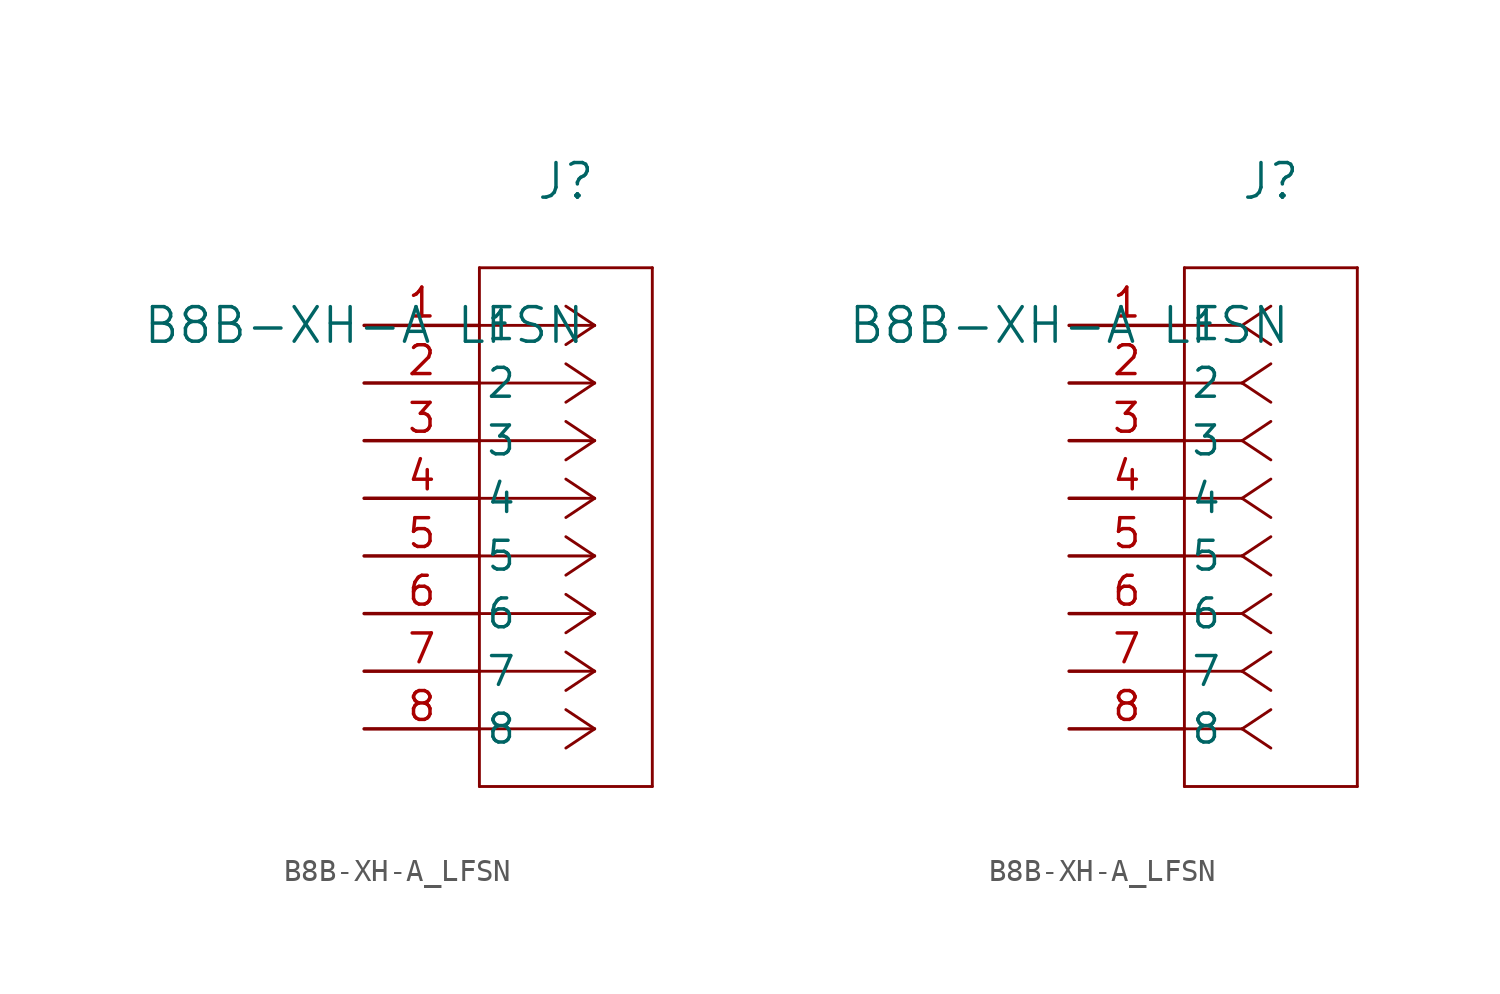
<source format=kicad_sym>
(kicad_symbol_lib
  (version 20211014)
  (generator kicad_symbol_editor)
  (symbol "B8B-XH-A_LFSN"
    (pin_names
      (offset 0.254))
    (property "Reference" "J"
      (at 8.89 6.35 0)
      (effects (font (size 1.524 1.524))))
    (property "Value" "B8B-XH-A LFSN"
      (at 0 0 0)
      (effects (font (size 1.524 1.524))))
    (symbol "B8B-XH-A_LFSN_1_1"
      (polyline (pts (xy 10.16 0) (xy 5.08 0)) (stroke (width 0.127) (type default) (color 0 0 0 0)) (fill (type none)))
      (polyline (pts (xy 10.16 -2.54) (xy 5.08 -2.54)) (stroke (width 0.127) (type default) (color 0 0 0 0)) (fill (type none)))
      (polyline (pts (xy 10.16 -5.08) (xy 5.08 -5.08)) (stroke (width 0.127) (type default) (color 0 0 0 0)) (fill (type none)))
      (polyline (pts (xy 10.16 -7.62) (xy 5.08 -7.62)) (stroke (width 0.127) (type default) (color 0 0 0 0)) (fill (type none)))
      (polyline (pts (xy 10.16 -10.16) (xy 5.08 -10.16)) (stroke (width 0.127) (type default) (color 0 0 0 0)) (fill (type none)))
      (polyline (pts (xy 10.16 -12.7) (xy 5.08 -12.7)) (stroke (width 0.127) (type default) (color 0 0 0 0)) (fill (type none)))
      (polyline (pts (xy 10.16 -15.24) (xy 5.08 -15.24)) (stroke (width 0.127) (type default) (color 0 0 0 0)) (fill (type none)))
      (polyline (pts (xy 10.16 -17.78) (xy 5.08 -17.78)) (stroke (width 0.127) (type default) (color 0 0 0 0)) (fill (type none)))
      (polyline (pts (xy 10.16 0) (xy 8.89 0.847)) (stroke (width 0.127) (type default) (color 0 0 0 0)) (fill (type none)))
      (polyline (pts (xy 10.16 -2.54) (xy 8.89 -1.693)) (stroke (width 0.127) (type default) (color 0 0 0 0)) (fill (type none)))
      (polyline (pts (xy 10.16 -5.08) (xy 8.89 -4.233)) (stroke (width 0.127) (type default) (color 0 0 0 0)) (fill (type none)))
      (polyline (pts (xy 10.16 -7.62) (xy 8.89 -6.773)) (stroke (width 0.127) (type default) (color 0 0 0 0)) (fill (type none)))
      (polyline (pts (xy 10.16 -10.16) (xy 8.89 -9.313)) (stroke (width 0.127) (type default) (color 0 0 0 0)) (fill (type none)))
      (polyline (pts (xy 10.16 -12.7) (xy 8.89 -11.853)) (stroke (width 0.127) (type default) (color 0 0 0 0)) (fill (type none)))
      (polyline (pts (xy 10.16 -15.24) (xy 8.89 -14.393)) (stroke (width 0.127) (type default) (color 0 0 0 0)) (fill (type none)))
      (polyline (pts (xy 10.16 -17.78) (xy 8.89 -16.933)) (stroke (width 0.127) (type default) (color 0 0 0 0)) (fill (type none)))
      (polyline (pts (xy 10.16 0) (xy 8.89 -0.847)) (stroke (width 0.127) (type default) (color 0 0 0 0)) (fill (type none)))
      (polyline (pts (xy 10.16 -2.54) (xy 8.89 -3.387)) (stroke (width 0.127) (type default) (color 0 0 0 0)) (fill (type none)))
      (polyline (pts (xy 10.16 -5.08) (xy 8.89 -5.927)) (stroke (width 0.127) (type default) (color 0 0 0 0)) (fill (type none)))
      (polyline (pts (xy 10.16 -7.62) (xy 8.89 -8.467)) (stroke (width 0.127) (type default) (color 0 0 0 0)) (fill (type none)))
      (polyline (pts (xy 10.16 -10.16) (xy 8.89 -11.007)) (stroke (width 0.127) (type default) (color 0 0 0 0)) (fill (type none)))
      (polyline (pts (xy 10.16 -12.7) (xy 8.89 -13.547)) (stroke (width 0.127) (type default) (color 0 0 0 0)) (fill (type none)))
      (polyline (pts (xy 10.16 -15.24) (xy 8.89 -16.087)) (stroke (width 0.127) (type default) (color 0 0 0 0)) (fill (type none)))
      (polyline (pts (xy 10.16 -17.78) (xy 8.89 -18.627)) (stroke (width 0.127) (type default) (color 0 0 0 0)) (fill (type none)))
      (polyline (pts (xy 5.08 2.54) (xy 5.08 -20.32)) (stroke (width 0.127) (type default) (color 0 0 0 0)) (fill (type none)))
      (polyline (pts (xy 5.08 -20.32) (xy 12.7 -20.32)) (stroke (width 0.127) (type default) (color 0 0 0 0)) (fill (type none)))
      (polyline (pts (xy 12.7 -20.32) (xy 12.7 2.54)) (stroke (width 0.127) (type default) (color 0 0 0 0)) (fill (type none)))
      (polyline (pts (xy 12.7 2.54) (xy 5.08 2.54)) (stroke (width 0.127) (type default) (color 0 0 0 0)) (fill (type none)))
      (pin unspecified line (at 0 0 0) (length 5.08) (name "1" (effects (font (size 1.27 1.27)))) (number "1" (effects (font (size 1.27 1.27)))))
      (pin unspecified line (at 0 -2.54 0) (length 5.08) (name "2" (effects (font (size 1.27 1.27)))) (number "2" (effects (font (size 1.27 1.27)))))
      (pin unspecified line (at 0 -5.08 0) (length 5.08) (name "3" (effects (font (size 1.27 1.27)))) (number "3" (effects (font (size 1.27 1.27)))))
      (pin unspecified line (at 0 -7.62 0) (length 5.08) (name "4" (effects (font (size 1.27 1.27)))) (number "4" (effects (font (size 1.27 1.27)))))
      (pin unspecified line (at 0 -10.16 0) (length 5.08) (name "5" (effects (font (size 1.27 1.27)))) (number "5" (effects (font (size 1.27 1.27)))))
      (pin unspecified line (at 0 -12.7 0) (length 5.08) (name "6" (effects (font (size 1.27 1.27)))) (number "6" (effects (font (size 1.27 1.27)))))
      (pin unspecified line (at 0 -15.24 0) (length 5.08) (name "7" (effects (font (size 1.27 1.27)))) (number "7" (effects (font (size 1.27 1.27)))))
      (pin unspecified line (at 0 -17.78 0) (length 5.08) (name "8" (effects (font (size 1.27 1.27)))) (number "8" (effects (font (size 1.27 1.27))))))
    (symbol "B8B-XH-A_LFSN_1_2"
      (polyline (pts (xy 7.62 0) (xy 5.08 0)) (stroke (width 0.127) (type default) (color 0 0 0 0)) (fill (type none)))
      (polyline (pts (xy 7.62 -2.54) (xy 5.08 -2.54)) (stroke (width 0.127) (type default) (color 0 0 0 0)) (fill (type none)))
      (polyline (pts (xy 7.62 -5.08) (xy 5.08 -5.08)) (stroke (width 0.127) (type default) (color 0 0 0 0)) (fill (type none)))
      (polyline (pts (xy 7.62 -7.62) (xy 5.08 -7.62)) (stroke (width 0.127) (type default) (color 0 0 0 0)) (fill (type none)))
      (polyline (pts (xy 7.62 -10.16) (xy 5.08 -10.16)) (stroke (width 0.127) (type default) (color 0 0 0 0)) (fill (type none)))
      (polyline (pts (xy 7.62 -12.7) (xy 5.08 -12.7)) (stroke (width 0.127) (type default) (color 0 0 0 0)) (fill (type none)))
      (polyline (pts (xy 7.62 -15.24) (xy 5.08 -15.24)) (stroke (width 0.127) (type default) (color 0 0 0 0)) (fill (type none)))
      (polyline (pts (xy 7.62 -17.78) (xy 5.08 -17.78)) (stroke (width 0.127) (type default) (color 0 0 0 0)) (fill (type none)))
      (polyline (pts (xy 7.62 0) (xy 8.89 0.847)) (stroke (width 0.127) (type default) (color 0 0 0 0)) (fill (type none)))
      (polyline (pts (xy 7.62 -2.54) (xy 8.89 -1.693)) (stroke (width 0.127) (type default) (color 0 0 0 0)) (fill (type none)))
      (polyline (pts (xy 7.62 -5.08) (xy 8.89 -4.233)) (stroke (width 0.127) (type default) (color 0 0 0 0)) (fill (type none)))
      (polyline (pts (xy 7.62 -7.62) (xy 8.89 -6.773)) (stroke (width 0.127) (type default) (color 0 0 0 0)) (fill (type none)))
      (polyline (pts (xy 7.62 -10.16) (xy 8.89 -9.313)) (stroke (width 0.127) (type default) (color 0 0 0 0)) (fill (type none)))
      (polyline (pts (xy 7.62 -12.7) (xy 8.89 -11.853)) (stroke (width 0.127) (type default) (color 0 0 0 0)) (fill (type none)))
      (polyline (pts (xy 7.62 -15.24) (xy 8.89 -14.393)) (stroke (width 0.127) (type default) (color 0 0 0 0)) (fill (type none)))
      (polyline (pts (xy 7.62 -17.78) (xy 8.89 -16.933)) (stroke (width 0.127) (type default) (color 0 0 0 0)) (fill (type none)))
      (polyline (pts (xy 7.62 0) (xy 8.89 -0.847)) (stroke (width 0.127) (type default) (color 0 0 0 0)) (fill (type none)))
      (polyline (pts (xy 7.62 -2.54) (xy 8.89 -3.387)) (stroke (width 0.127) (type default) (color 0 0 0 0)) (fill (type none)))
      (polyline (pts (xy 7.62 -5.08) (xy 8.89 -5.927)) (stroke (width 0.127) (type default) (color 0 0 0 0)) (fill (type none)))
      (polyline (pts (xy 7.62 -7.62) (xy 8.89 -8.467)) (stroke (width 0.127) (type default) (color 0 0 0 0)) (fill (type none)))
      (polyline (pts (xy 7.62 -10.16) (xy 8.89 -11.007)) (stroke (width 0.127) (type default) (color 0 0 0 0)) (fill (type none)))
      (polyline (pts (xy 7.62 -12.7) (xy 8.89 -13.547)) (stroke (width 0.127) (type default) (color 0 0 0 0)) (fill (type none)))
      (polyline (pts (xy 7.62 -15.24) (xy 8.89 -16.087)) (stroke (width 0.127) (type default) (color 0 0 0 0)) (fill (type none)))
      (polyline (pts (xy 7.62 -17.78) (xy 8.89 -18.627)) (stroke (width 0.127) (type default) (color 0 0 0 0)) (fill (type none)))
      (polyline (pts (xy 5.08 2.54) (xy 5.08 -20.32)) (stroke (width 0.127) (type default) (color 0 0 0 0)) (fill (type none)))
      (polyline (pts (xy 5.08 -20.32) (xy 12.7 -20.32)) (stroke (width 0.127) (type default) (color 0 0 0 0)) (fill (type none)))
      (polyline (pts (xy 12.7 -20.32) (xy 12.7 2.54)) (stroke (width 0.127) (type default) (color 0 0 0 0)) (fill (type none)))
      (polyline (pts (xy 12.7 2.54) (xy 5.08 2.54)) (stroke (width 0.127) (type default) (color 0 0 0 0)) (fill (type none)))
      (pin unspecified line (at 0 0 0) (length 5.08) (name "1" (effects (font (size 1.27 1.27)))) (number "1" (effects (font (size 1.27 1.27)))))
      (pin unspecified line (at 0 -2.54 0) (length 5.08) (name "2" (effects (font (size 1.27 1.27)))) (number "2" (effects (font (size 1.27 1.27)))))
      (pin unspecified line (at 0 -5.08 0) (length 5.08) (name "3" (effects (font (size 1.27 1.27)))) (number "3" (effects (font (size 1.27 1.27)))))
      (pin unspecified line (at 0 -7.62 0) (length 5.08) (name "4" (effects (font (size 1.27 1.27)))) (number "4" (effects (font (size 1.27 1.27)))))
      (pin unspecified line (at 0 -10.16 0) (length 5.08) (name "5" (effects (font (size 1.27 1.27)))) (number "5" (effects (font (size 1.27 1.27)))))
      (pin unspecified line (at 0 -12.7 0) (length 5.08) (name "6" (effects (font (size 1.27 1.27)))) (number "6" (effects (font (size 1.27 1.27)))))
      (pin unspecified line (at 0 -15.24 0) (length 5.08) (name "7" (effects (font (size 1.27 1.27)))) (number "7" (effects (font (size 1.27 1.27)))))
      (pin unspecified line (at 0 -17.78 0) (length 5.08) (name "8" (effects (font (size 1.27 1.27)))) (number "8" (effects (font (size 1.27 1.27))))))))
</source>
